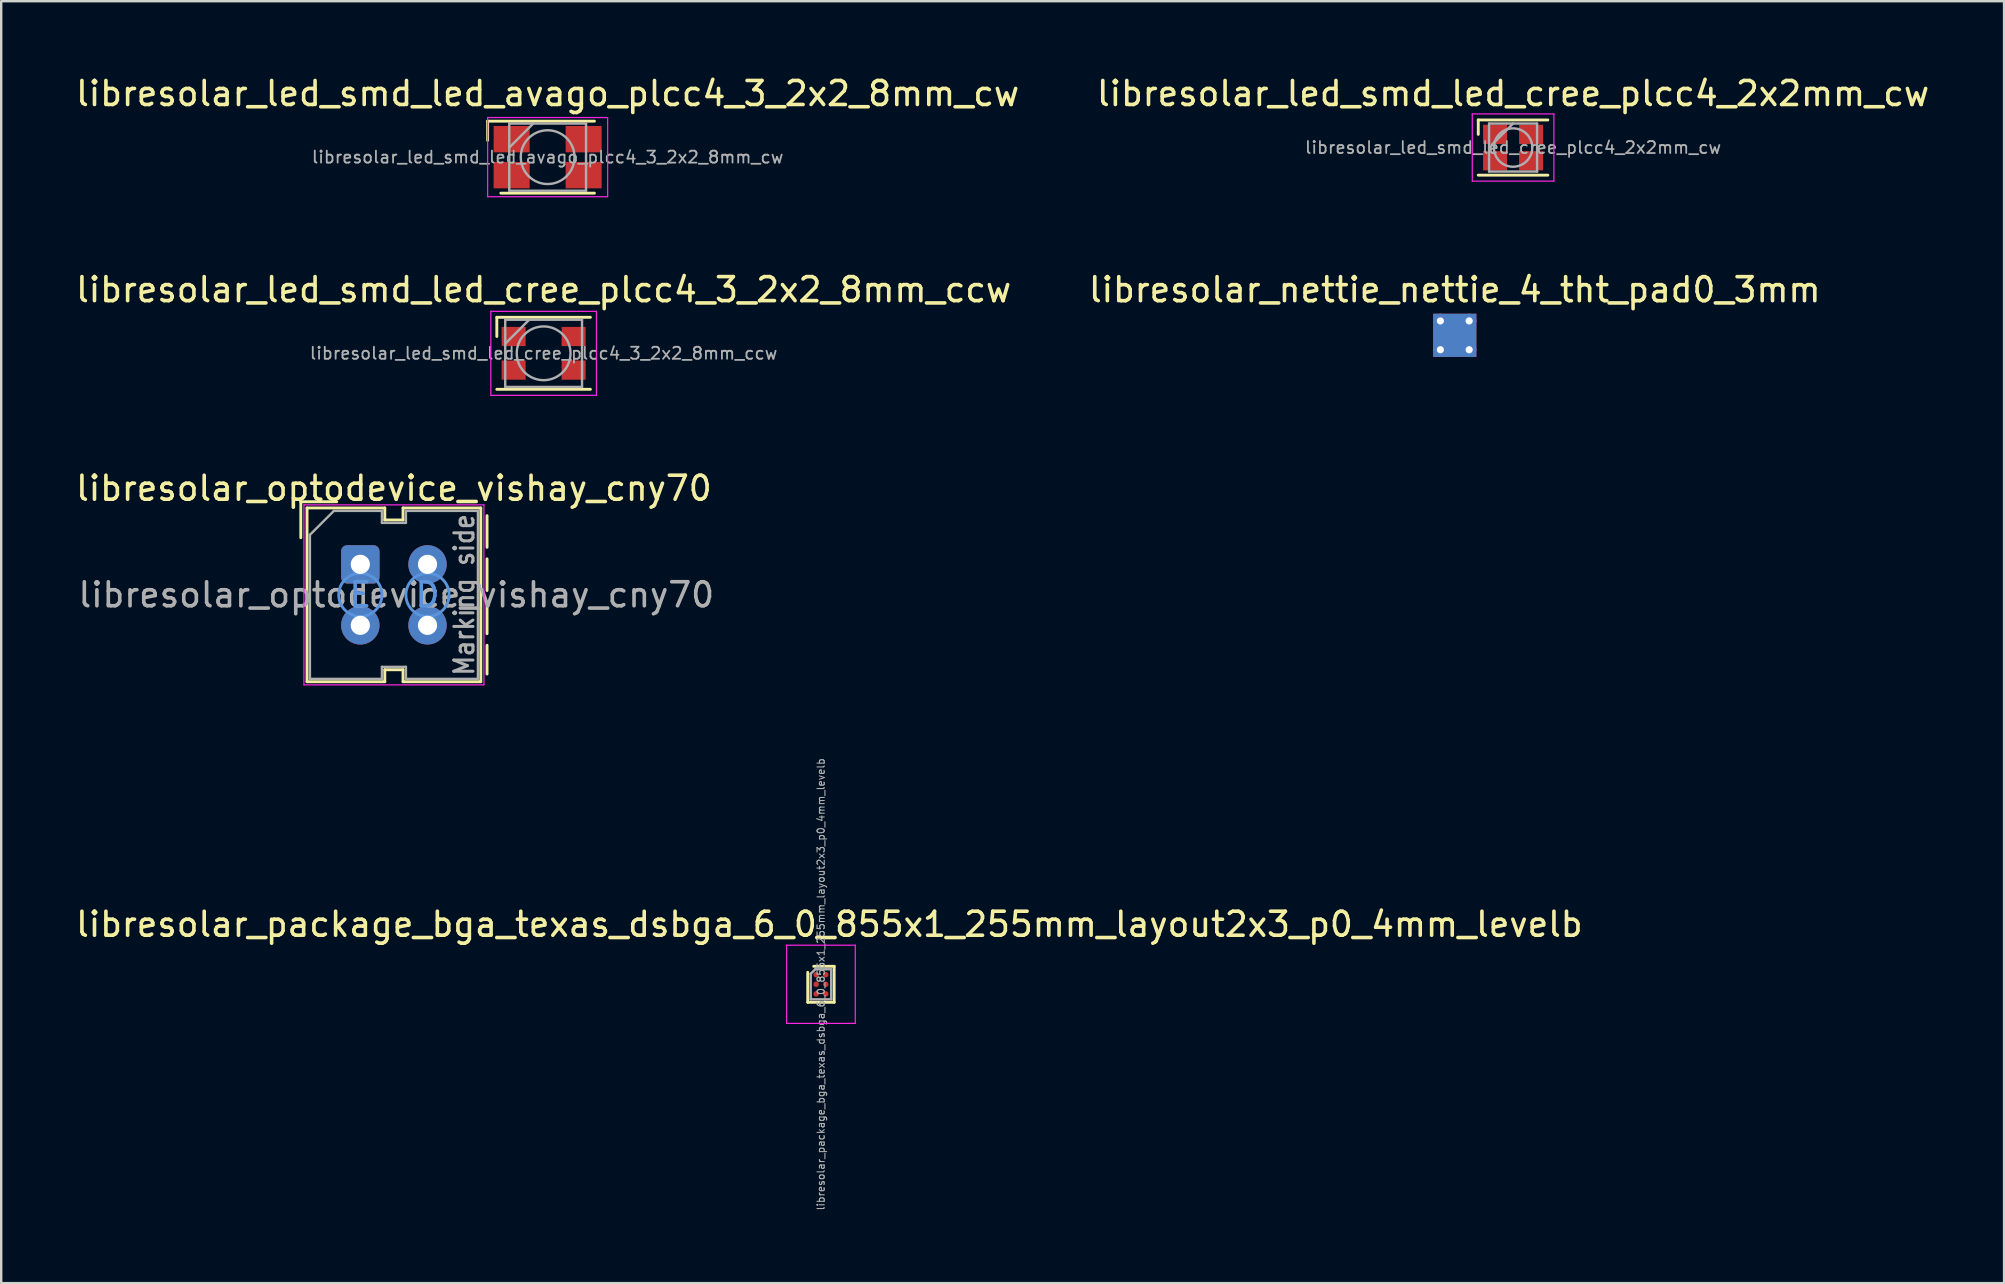
<source format=kicad_pcb>
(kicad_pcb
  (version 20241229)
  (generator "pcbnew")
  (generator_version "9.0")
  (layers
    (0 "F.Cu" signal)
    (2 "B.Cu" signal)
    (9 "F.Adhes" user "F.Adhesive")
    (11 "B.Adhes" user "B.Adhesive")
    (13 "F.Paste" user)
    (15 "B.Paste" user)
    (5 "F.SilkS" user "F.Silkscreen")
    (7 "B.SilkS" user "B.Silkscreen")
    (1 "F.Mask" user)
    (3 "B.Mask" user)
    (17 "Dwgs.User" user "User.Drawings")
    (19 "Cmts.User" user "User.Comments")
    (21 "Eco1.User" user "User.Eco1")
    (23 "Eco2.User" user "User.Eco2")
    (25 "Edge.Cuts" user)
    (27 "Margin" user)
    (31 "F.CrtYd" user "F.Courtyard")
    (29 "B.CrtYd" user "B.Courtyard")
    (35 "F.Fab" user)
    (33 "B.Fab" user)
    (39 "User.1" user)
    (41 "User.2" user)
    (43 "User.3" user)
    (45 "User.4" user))
  (footprint "libresolar_led_smd_led_cree_plcc4_2x2mm_cw"
    (layer "F.Cu")
    (at 59.994 3.098)
    (property "Reference" "libresolar_led_smd_led_cree_plcc4_2x2mm_cw" (at 0 -2.25 0) (layer "F.SilkS") (effects (font (size 1 1) (thickness 0.15))))
    (attr smd)
    (fp_line (start -1.45 -1.15) (end 1.45 -1.15) (stroke (width 0.12) (type solid)) (layer "F.SilkS"))
    (fp_line (start -1.45 -0.55) (end -1.45 -1.15) (stroke (width 0.12) (type solid)) (layer "F.SilkS"))
    (fp_line (start -1.45 1.15) (end 1.45 1.15) (stroke (width 0.12) (type solid)) (layer "F.SilkS"))
    (fp_line (start -1.7 -1.4) (end -1.7 1.4) (stroke (width 0.05) (type solid)) (layer "F.CrtYd"))
    (fp_line (start -1.7 1.4) (end 1.7 1.4) (stroke (width 0.05) (type solid)) (layer "F.CrtYd"))
    (fp_line (start 1.7 -1.4) (end -1.7 -1.4) (stroke (width 0.05) (type solid)) (layer "F.CrtYd"))
    (fp_line (start 1.7 1.4) (end 1.7 -1.4) (stroke (width 0.05) (type solid)) (layer "F.CrtYd"))
    (fp_line (start -1 -1) (end -1 1) (stroke (width 0.1) (type solid)) (layer "F.Fab"))
    (fp_line (start -1 1) (end 1 1) (stroke (width 0.1) (type solid)) (layer "F.Fab"))
    (fp_line (start 0 -1) (end -1 0) (stroke (width 0.1) (type solid)) (layer "F.Fab"))
    (fp_line (start 1 -1) (end -1 -1) (stroke (width 0.1) (type solid)) (layer "F.Fab"))
    (fp_line (start 1 1) (end 1 -1) (stroke (width 0.1) (type solid)) (layer "F.Fab"))
    (fp_circle (center 0 0) (end 0.8 0) (stroke (width 0.1) (type solid)) (fill no) (layer "F.Fab"))
    (fp_text user "${REFERENCE}" (at 0 0 0) (layer "F.Fab") (effects (font (size 0.5 0.5) (thickness 0.075))))
    (pad "1" smd rect (at -0.75 -0.55) (size 1 0.8) (layers "F.Cu" "F.Mask" "F.Paste"))
    (pad "2" smd rect (at 0.75 -0.55) (size 1 0.8) (layers "F.Cu" "F.Mask" "F.Paste"))
    (pad "3" smd rect (at 0.75 0.55) (size 1 0.8) (layers "F.Cu" "F.Mask" "F.Paste"))
    (pad "4" smd rect (at -0.75 0.55) (size 1 0.8) (layers "F.Cu" "F.Mask" "F.Paste")))
  (footprint "libresolar_led_smd_led_avago_plcc4_3_2x2_8mm_cw"
    (layer "F.Cu")
    (at 19.768 3.498)
    (property "Reference" "libresolar_led_smd_led_avago_plcc4_3_2x2_8mm_cw" (at 0 -2.65 0) (layer "F.SilkS") (effects (font (size 1 1) (thickness 0.15))))
    (attr smd)
    (fp_line (start -2.5 -1.5) (end 1.95 -1.5) (stroke (width 0.12) (type solid)) (layer "F.SilkS"))
    (fp_line (start -2.5 -0.7) (end -2.5 -1.5) (stroke (width 0.12) (type solid)) (layer "F.SilkS"))
    (fp_line (start -1.95 1.5) (end 1.95 1.5) (stroke (width 0.12) (type solid)) (layer "F.SilkS"))
    (fp_line (start -2.5 -1.65) (end -2.5 1.65) (stroke (width 0.05) (type solid)) (layer "F.CrtYd"))
    (fp_line (start -2.5 -1.65) (end 2.5 -1.65) (stroke (width 0.05) (type solid)) (layer "F.CrtYd"))
    (fp_line (start 2.5 1.65) (end -2.5 1.65) (stroke (width 0.05) (type solid)) (layer "F.CrtYd"))
    (fp_line (start 2.5 1.65) (end 2.5 -1.65) (stroke (width 0.05) (type solid)) (layer "F.CrtYd"))
    (fp_line (start -1.6 -1.4) (end -1.6 1.4) (stroke (width 0.1) (type solid)) (layer "F.Fab"))
    (fp_line (start -1.6 1.4) (end 1.6 1.4) (stroke (width 0.1) (type solid)) (layer "F.Fab"))
    (fp_line (start -0.6 -1.4) (end -1.6 -0.4) (stroke (width 0.1) (type solid)) (layer "F.Fab"))
    (fp_line (start 1.6 -1.4) (end -1.6 -1.4) (stroke (width 0.1) (type solid)) (layer "F.Fab"))
    (fp_line (start 1.6 1.4) (end 1.6 -1.4) (stroke (width 0.1) (type solid)) (layer "F.Fab"))
    (fp_circle (center 0 0) (end 1.12 0) (stroke (width 0.1) (type solid)) (fill no) (layer "F.Fab"))
    (fp_text user "${REFERENCE}" (at 0 0 0) (layer "F.Fab") (effects (font (size 0.5 0.5) (thickness 0.075))))
    (pad "1" smd rect (at -1.5 -0.75) (size 1.5 1.1) (layers "F.Cu" "F.Mask" "F.Paste"))
    (pad "2" smd rect (at 1.5 -0.75) (size 1.5 1.1) (layers "F.Cu" "F.Mask" "F.Paste"))
    (pad "3" smd rect (at 1.5 0.75) (size 1.5 1.1) (layers "F.Cu" "F.Mask" "F.Paste"))
    (pad "4" smd rect (at -1.5 0.75) (size 1.5 1.1) (layers "F.Cu" "F.Mask" "F.Paste")))
  (footprint "libresolar_package_bga_texas_dsbga_6_0_855x1_255mm_layout2x3_p0_4mm_levelb"
    (layer "F.Cu")
    (at 31.156 37.962)
    (property "Reference" "libresolar_package_bga_texas_dsbga_6_0_855x1_255mm_layout2x3_p0_4mm_levelb" (at 0.35 -2.5 0) (layer "F.SilkS") (effects (font (size 1 1) (thickness 0.15))))
    (attr smd)
    (fp_line (start -0.55 0.75) (end -0.55 -0.5) (stroke (width 0.12) (type solid)) (layer "F.SilkS"))
    (fp_line (start -0.3 -0.75) (end 0.55 -0.75) (stroke (width 0.12) (type solid)) (layer "F.SilkS"))
    (fp_line (start 0.55 -0.75) (end 0.55 0.75) (stroke (width 0.12) (type solid)) (layer "F.SilkS"))
    (fp_line (start 0.55 0.75) (end -0.55 0.75) (stroke (width 0.12) (type solid)) (layer "F.SilkS"))
    (fp_rect (start -0.275 -0.475) (end -0.125 -0.325) (stroke (width 0.1) (type solid)) (fill yes) (layer "F.Paste"))
    (fp_rect (start -0.275 -0.075) (end -0.125 0.075) (stroke (width 0.1) (type solid)) (fill yes) (layer "F.Paste"))
    (fp_rect (start -0.275 0.325) (end -0.125 0.475) (stroke (width 0.1) (type solid)) (fill yes) (layer "F.Paste"))
    (fp_rect (start 0.125 -0.475) (end 0.275 -0.325) (stroke (width 0.1) (type solid)) (fill yes) (layer "F.Paste"))
    (fp_rect (start 0.125 -0.075) (end 0.275 0.075) (stroke (width 0.1) (type solid)) (fill yes) (layer "F.Paste"))
    (fp_rect (start 0.125 0.325) (end 0.275 0.475) (stroke (width 0.1) (type solid)) (fill yes) (layer "F.Paste"))
    (fp_line (start -1.43 -1.63) (end -1.43 1.63) (stroke (width 0.05) (type solid)) (layer "F.CrtYd"))
    (fp_line (start -1.43 1.63) (end 1.43 1.63) (stroke (width 0.05) (type solid)) (layer "F.CrtYd"))
    (fp_line (start 1.43 -1.63) (end -1.43 -1.63) (stroke (width 0.05) (type solid)) (layer "F.CrtYd"))
    (fp_line (start 1.43 1.63) (end 1.43 -1.63) (stroke (width 0.05) (type solid)) (layer "F.CrtYd"))
    (fp_line (start -0.427 -0.438) (end -0.237 -0.627) (stroke (width 0.1) (type solid)) (layer "F.Fab"))
    (fp_line (start -0.427 0.627) (end -0.427 -0.438) (stroke (width 0.1) (type solid)) (layer "F.Fab"))
    (fp_line (start -0.237 -0.627) (end 0.427 -0.627) (stroke (width 0.1) (type solid)) (layer "F.Fab"))
    (fp_line (start 0.427 -0.627) (end 0.427 0.627) (stroke (width 0.1) (type solid)) (layer "F.Fab"))
    (fp_line (start 0.427 0.627) (end -0.427 0.627) (stroke (width 0.1) (type solid)) (layer "F.Fab"))
    (fp_text user "${REFERENCE}" (at 0 0 90) (layer "F.Fab") (effects (font (size 0.3 0.3) (thickness 0.045))))
    (pad "A1" smd circle (at -0.2 -0.4) (size 0.23 0.23) (layers "F.Cu" "F.Mask"))
    (pad "A2" smd circle (at 0.2 -0.4) (size 0.23 0.23) (layers "F.Cu" "F.Mask"))
    (pad "B1" smd circle (at -0.2 0) (size 0.23 0.23) (layers "F.Cu" "F.Mask"))
    (pad "B2" smd circle (at 0.2 0) (size 0.23 0.23) (layers "F.Cu" "F.Mask"))
    (pad "C1" smd circle (at -0.2 0.4) (size 0.23 0.23) (layers "F.Cu" "F.Mask"))
    (pad "C2" smd circle (at 0.2 0.4) (size 0.23 0.23) (layers "F.Cu" "F.Mask")))
  (footprint "libresolar_optodevice_vishay_cny70"
    (layer "F.Cu")
    (at 11.963 20.465)
    (property "Reference" "libresolar_optodevice_vishay_cny70" (at 1.4 -3.17 0) (layer "F.SilkS") (effects (font (size 1 1) (thickness 0.15))))
    (attr through_hole)
    (fp_line (start -2.48 -2.61) (end -2.48 -1.11) (stroke (width 0.12) (type default)) (layer "F.SilkS"))
    (fp_line (start -2.48 -2.61) (end -0.98 -2.61) (stroke (width 0.12) (type default)) (layer "F.SilkS"))
    (fp_line (start -2.22 -2.35) (end -2.22 4.89) (stroke (width 0.12) (type solid)) (layer "F.SilkS"))
    (fp_line (start 1.02 -2.35) (end -2.22 -2.35) (stroke (width 0.12) (type solid)) (layer "F.SilkS"))
    (fp_line (start 1.02 -2.35) (end 1.02 -1.85) (stroke (width 0.12) (type default)) (layer "F.SilkS"))
    (fp_line (start 1.02 -1.85) (end 1.78 -1.85) (stroke (width 0.12) (type default)) (layer "F.SilkS"))
    (fp_line (start 1.02 4.39) (end 1.02 4.89) (stroke (width 0.12) (type default)) (layer "F.SilkS"))
    (fp_line (start 1.02 4.89) (end -2.22 4.89) (stroke (width 0.12) (type default)) (layer "F.SilkS"))
    (fp_line (start 1.78 -2.35) (end 5.02 -2.35) (stroke (width 0.12) (type default)) (layer "F.SilkS"))
    (fp_line (start 1.78 -1.85) (end 1.78 -2.35) (stroke (width 0.12) (type default)) (layer "F.SilkS"))
    (fp_line (start 1.78 4.39) (end 1.02 4.39) (stroke (width 0.12) (type default)) (layer "F.SilkS"))
    (fp_line (start 1.78 4.89) (end 1.78 4.39) (stroke (width 0.12) (type default)) (layer "F.SilkS"))
    (fp_line (start 1.78 4.89) (end 5.02 4.89) (stroke (width 0.12) (type solid)) (layer "F.SilkS"))
    (fp_line (start 5.02 4.89) (end 5.02 -2.35) (stroke (width 0.12) (type solid)) (layer "F.SilkS"))
    (fp_line (start 5.28 -2.03) (end 5.28 4.57) (stroke (width 0.12) (type dash)) (layer "F.SilkS"))
    (fp_circle (center 0 1.27) (end 0.9 1.27) (stroke (width 0.12) (type default)) (fill no) (layer "Cmts.User"))
    (fp_circle (center 2.8 1.27) (end 3.7 1.27) (stroke (width 0.12) (type default)) (fill no) (layer "Cmts.User"))
    (fp_line (start -2.35 -2.48) (end -2.35 5.02) (stroke (width 0.05) (type solid)) (layer "F.CrtYd"))
    (fp_line (start -2.35 -2.48) (end 5.15 -2.48) (stroke (width 0.05) (type solid)) (layer "F.CrtYd"))
    (fp_line (start 5.15 5.02) (end -2.35 5.02) (stroke (width 0.05) (type solid)) (layer "F.CrtYd"))
    (fp_line (start 5.15 5.02) (end 5.15 -2.48) (stroke (width 0.05) (type solid)) (layer "F.CrtYd"))
    (fp_line (start -2.1 -1.23) (end -1.1 -2.23) (stroke (width 0.1) (type solid)) (layer "F.Fab"))
    (fp_line (start -2.1 4.77) (end -2.1 -1.23) (stroke (width 0.1) (type solid)) (layer "F.Fab"))
    (fp_line (start -1.1 -2.23) (end 0.9 -2.23) (stroke (width 0.1) (type solid)) (layer "F.Fab"))
    (fp_line (start 0.9 -2.23) (end 0.9 -1.73) (stroke (width 0.1) (type solid)) (layer "F.Fab"))
    (fp_line (start 0.9 -1.73) (end 1.9 -1.73) (stroke (width 0.1) (type solid)) (layer "F.Fab"))
    (fp_line (start 0.9 4.27) (end 0.9 4.77) (stroke (width 0.1) (type solid)) (layer "F.Fab"))
    (fp_line (start 0.9 4.77) (end -2.1 4.77) (stroke (width 0.1) (type solid)) (layer "F.Fab"))
    (fp_line (start 1.9 -2.23) (end 4.9 -2.23) (stroke (width 0.1) (type default)) (layer "F.Fab"))
    (fp_line (start 1.9 -1.73) (end 1.9 -2.23) (stroke (width 0.1) (type solid)) (layer "F.Fab"))
    (fp_line (start 1.9 4.27) (end 0.9 4.27) (stroke (width 0.1) (type solid)) (layer "F.Fab"))
    (fp_line (start 1.9 4.77) (end 1.9 4.27) (stroke (width 0.1) (type solid)) (layer "F.Fab"))
    (fp_line (start 1.9 4.77) (end 4.9 4.77) (stroke (width 0.1) (type default)) (layer "F.Fab"))
    (fp_line (start 4.9 -2.23) (end 4.9 4.77) (stroke (width 0.1) (type solid)) (layer "F.Fab"))
    (fp_text user "D" (at 2.8 1.27 0) (layer "Cmts.User") (effects (font (size 1 1) (thickness 0.15))))
    (fp_text user "E" (at 0 1.27 0) (layer "Cmts.User") (effects (font (size 1 1) (thickness 0.15))))
    (fp_text user "Marking side" (at 4.33 1.27 90) (layer "F.Fab") (effects (font (size 0.8 0.7) (thickness 0.125))))
    (fp_text user "${REFERENCE}" (at 1.5 1.27 0) (layer "F.Fab") (effects (font (size 1 1) (thickness 0.15))))
    (pad "1" thru_hole roundrect (at 0 0) (size 1.6 1.6) (drill 0.8) (layers "*.Cu" "*.Mask") (roundrect_rratio 0.156))
    (pad "2" thru_hole circle (at 0 2.54) (size 1.6 1.6) (drill 0.8) (layers "*.Cu" "*.Mask"))
    (pad "3" thru_hole circle (at 2.8 2.54) (size 1.6 1.6) (drill 0.8) (layers "*.Cu" "*.Mask"))
    (pad "4" thru_hole circle (at 2.8 0) (size 1.6 1.6) (drill 0.8) (layers "*.Cu" "*.Mask")))
  (footprint "libresolar_led_smd_led_cree_plcc4_3_2x2_8mm_ccw"
    (layer "F.Cu")
    (at 19.601 11.671)
    (property "Reference" "libresolar_led_smd_led_cree_plcc4_3_2x2_8mm_ccw" (at 0 -2.65 0) (layer "F.SilkS") (effects (font (size 1 1) (thickness 0.15))))
    (attr smd)
    (fp_line (start -1.95 -1.5) (end 1.95 -1.5) (stroke (width 0.12) (type solid)) (layer "F.SilkS"))
    (fp_line (start -1.95 -0.7) (end -1.95 -1.5) (stroke (width 0.12) (type solid)) (layer "F.SilkS"))
    (fp_line (start -1.95 1.5) (end 1.95 1.5) (stroke (width 0.12) (type solid)) (layer "F.SilkS"))
    (fp_line (start -2.2 -1.75) (end -2.2 1.75) (stroke (width 0.05) (type solid)) (layer "F.CrtYd"))
    (fp_line (start -2.2 1.75) (end 2.2 1.75) (stroke (width 0.05) (type solid)) (layer "F.CrtYd"))
    (fp_line (start 2.2 -1.75) (end -2.2 -1.75) (stroke (width 0.05) (type solid)) (layer "F.CrtYd"))
    (fp_line (start 2.2 1.75) (end 2.2 -1.75) (stroke (width 0.05) (type solid)) (layer "F.CrtYd"))
    (fp_line (start -1.6 -1.4) (end -1.6 1.4) (stroke (width 0.1) (type solid)) (layer "F.Fab"))
    (fp_line (start -1.6 1.4) (end 1.6 1.4) (stroke (width 0.1) (type solid)) (layer "F.Fab"))
    (fp_line (start -0.6 -1.4) (end -1.6 -0.4) (stroke (width 0.1) (type solid)) (layer "F.Fab"))
    (fp_line (start 1.6 -1.4) (end -1.6 -1.4) (stroke (width 0.1) (type solid)) (layer "F.Fab"))
    (fp_line (start 1.6 1.4) (end 1.6 -1.4) (stroke (width 0.1) (type solid)) (layer "F.Fab"))
    (fp_circle (center 0 0) (end 1.12 0) (stroke (width 0.1) (type solid)) (fill no) (layer "F.Fab"))
    (fp_text user "${REFERENCE}" (at 0 0 0) (layer "F.Fab") (effects (font (size 0.5 0.5) (thickness 0.075))))
    (pad "1" smd rect (at -1.25 -0.7) (size 1 0.8) (layers "F.Cu" "F.Mask" "F.Paste"))
    (pad "2" smd rect (at -1.25 0.7) (size 1 0.8) (layers "F.Cu" "F.Mask" "F.Paste"))
    (pad "3" smd rect (at 1.25 0.7) (size 1 0.8) (layers "F.Cu" "F.Mask" "F.Paste"))
    (pad "4" smd rect (at 1.25 -0.7) (size 1 0.8) (layers "F.Cu" "F.Mask" "F.Paste")))
  (footprint "libresolar_nettie_nettie_4_tht_pad0_3mm"
    (layer "F.Cu")
    (at 56.965 10.322)
    (property "Reference" "libresolar_nettie_nettie_4_tht_pad0_3mm" (at 0.6 -1.3 0) (layer "F.SilkS") (effects (font (size 1 1) (thickness 0.15))))
    (attr exclude_from_pos_files exclude_from_bom allow_missing_courtyard)
    (fp_poly (pts (xy -0.3 -0.3) (xy 1.5 -0.3) (xy 1.5 1.5) (xy -0.3 1.5)) (stroke (width 0) (type solid)) (fill yes) (layer "F.Cu"))
    (fp_poly (pts (xy -0.3 -0.3) (xy 1.5 -0.3) (xy 1.5 1.5) (xy -0.3 1.5)) (stroke (width 0) (type solid)) (fill yes) (layer "B.Cu"))
    (pad "1" thru_hole circle (at 0 0) (size 0.6 0.6) (drill 0.3) (layers "*.Cu"))
    (pad "2" thru_hole circle (at 1.2 0) (size 0.6 0.6) (drill 0.3) (layers "*.Cu"))
    (pad "3" thru_hole circle (at 0 1.2) (size 0.6 0.6) (drill 0.3) (layers "*.Cu"))
    (pad "4" thru_hole circle (at 1.2 1.2) (size 0.6 0.6) (drill 0.3) (layers "*.Cu")))
  (gr_rect
    (start -3 -3)
    (end 80.452 50.413)
    (stroke (width 0.1) (type default))
    (fill no)
    (layer "Edge.Cuts")))
</source>
